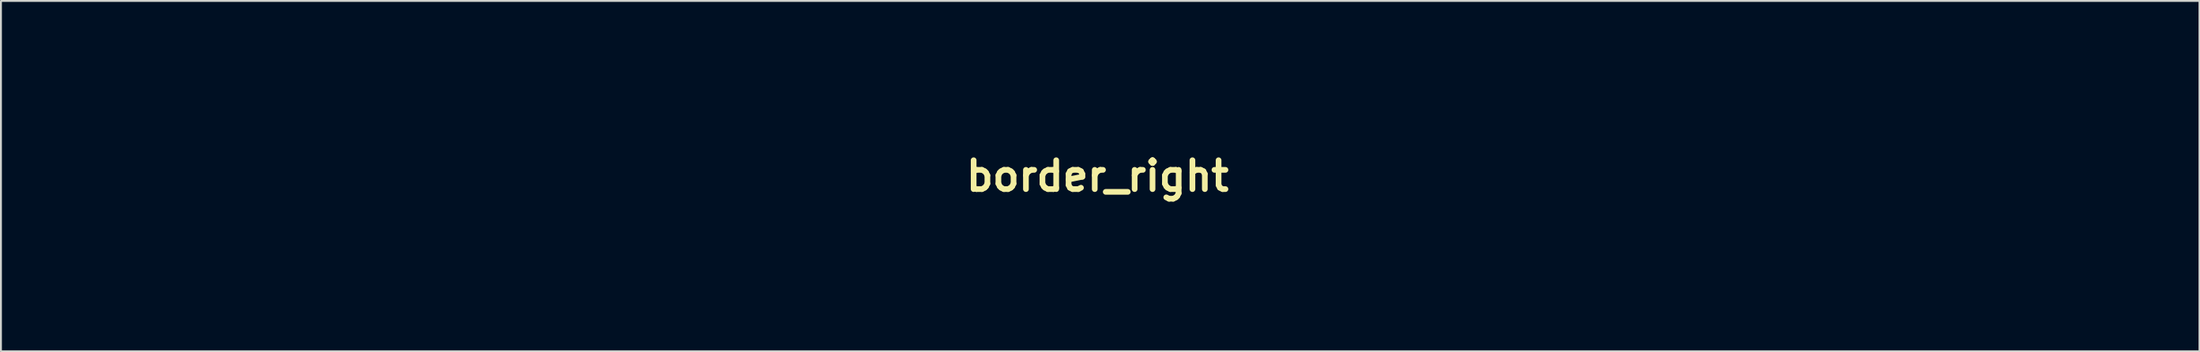
<source format=kicad_pcb>
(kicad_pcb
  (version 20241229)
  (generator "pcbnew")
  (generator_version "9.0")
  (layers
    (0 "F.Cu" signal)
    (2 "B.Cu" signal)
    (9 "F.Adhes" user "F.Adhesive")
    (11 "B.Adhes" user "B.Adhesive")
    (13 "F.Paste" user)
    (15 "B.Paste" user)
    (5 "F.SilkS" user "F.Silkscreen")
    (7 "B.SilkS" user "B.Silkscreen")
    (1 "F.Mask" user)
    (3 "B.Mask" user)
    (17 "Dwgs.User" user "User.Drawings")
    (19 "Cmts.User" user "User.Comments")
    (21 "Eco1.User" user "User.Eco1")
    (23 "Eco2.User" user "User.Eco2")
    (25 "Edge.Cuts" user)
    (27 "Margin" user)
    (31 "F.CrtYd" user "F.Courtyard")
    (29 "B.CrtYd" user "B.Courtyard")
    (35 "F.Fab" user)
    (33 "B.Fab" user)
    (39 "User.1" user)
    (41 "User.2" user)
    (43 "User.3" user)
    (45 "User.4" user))
  (footprint "border_right"
    (layer "F.Cu")
    (at 54.831 6.243)
    (property "Reference" "border_right" (at 0 0 0) (layer "F.SilkS") (effects (font (size 1.524 1.524) (thickness 0.3))))
    (attr through_hole)
    (fp_poly (pts (xy -50.749 2.44) (xy -50.883 2.545) (xy -51.207 2.771) (xy -51.435 2.898) (xy -51.588 2.976) (xy -51.588 -2.876) (xy -51.493 -2.918) (xy -51.419 -2.94) (xy -51.31 -2.956) (xy -51.16 -2.966) (xy -51.073 -2.97) (xy -50.749 -2.98) (xy -50.749 2.44)) (stroke (width 0.01) (type solid)) (fill yes) (layer "F.Mask"))
    (fp_poly (pts (xy -49.147 -1.602) (xy -49.804 -1.602) (xy -49.982 -1.602) (xy -50.142 -1.603) (xy -50.278 -1.605) (xy -50.382 -1.607) (xy -50.449 -1.61) (xy -50.472 -1.612) (xy -50.475 -1.64) (xy -50.477 -1.71) (xy -50.477 -1.813) (xy -50.476 -1.942) (xy -50.475 -2.045) (xy -50.467 -2.466) (xy -49.147 -2.466) (xy -49.147 -1.602)) (stroke (width 0.01) (type solid)) (fill yes) (layer "F.Mask"))
    (fp_poly (pts (xy -53.171 -1.385) (xy -53.131 -1.377) (xy -53.05 -1.37) (xy -52.938 -1.362) (xy -52.806 -1.356) (xy -52.74 -1.354) (xy -52.354 -1.341) (xy -52.352 -0.683) (xy -52.352 -0.473) (xy -52.353 -0.309) (xy -52.356 -0.186) (xy -52.361 -0.1) (xy -52.367 -0.046) (xy -52.376 -0.019) (xy -52.382 -0.014) (xy -52.418 -0.01) (xy -52.495 -0.005) (xy -52.603 -0.000349) (xy -52.734 0.004) (xy -52.815 0.006) (xy -53.215 0.015) (xy -53.215 -0.694) (xy -53.215 -0.903) (xy -53.215 -1.066) (xy -53.213 -1.188) (xy -53.21 -1.276) (xy -53.205 -1.335) (xy -53.199 -1.369) (xy -53.19 -1.385) (xy -53.179 -1.387) (xy -53.171 -1.385)) (stroke (width 0.01) (type solid)) (fill yes) (layer "F.Mask"))
    (fp_poly (pts (xy -46.133 -1.342) (xy -45.614 -1.335) (xy -45.812 -1.068) (xy -46.142 -0.665) (xy -46.506 -0.298) (xy -46.901 0.03) (xy -47.323 0.318) (xy -47.771 0.563) (xy -48.24 0.765) (xy -48.73 0.92) (xy -48.779 0.933) (xy -48.971 0.979) (xy -49.143 1.015) (xy -49.31 1.041) (xy -49.484 1.06) (xy -49.679 1.074) (xy -49.91 1.083) (xy -49.955 1.085) (xy -50.469 1.101) (xy -50.469 0.254) (xy -50.205 0.254) (xy -49.705 0.231) (xy -49.223 0.16) (xy -48.762 0.044) (xy -48.321 -0.12) (xy -47.901 -0.329) (xy -47.503 -0.584) (xy -47.128 -0.884) (xy -46.915 -1.085) (xy -46.652 -1.349) (xy -46.133 -1.342)) (stroke (width 0.01) (type solid)) (fill yes) (layer "F.Mask"))
    (fp_poly (pts (xy -48.029 -1.85) (xy -48.029 -1.612) (xy -48.03 -1.387) (xy -48.032 -1.18) (xy -48.034 -0.997) (xy -48.037 -0.845) (xy -48.04 -0.728) (xy -48.043 -0.652) (xy -48.045 -0.628) (xy -48.056 -0.579) (xy -48.077 -0.542) (xy -48.117 -0.508) (xy -48.187 -0.468) (xy -48.255 -0.434) (xy -48.353 -0.387) (xy -48.47 -0.337) (xy -48.593 -0.288) (xy -48.713 -0.243) (xy -48.817 -0.207) (xy -48.895 -0.184) (xy -48.931 -0.178) (xy -48.95 -0.19) (xy -48.95 -0.234) (xy -48.942 -0.273) (xy -48.931 -0.337) (xy -48.921 -0.419) (xy -48.912 -0.526) (xy -48.905 -0.659) (xy -48.899 -0.824) (xy -48.894 -1.024) (xy -48.89 -1.262) (xy -48.887 -1.544) (xy -48.885 -1.871) (xy -48.884 -1.907) (xy -48.878 -2.962) (xy -48.029 -2.976) (xy -48.029 -1.85)) (stroke (width 0.01) (type solid)) (fill yes) (layer "F.Mask"))
    (fp_poly (pts (xy -48.474 1.156) (xy -48.501 1.219) (xy -48.546 1.311) (xy -48.604 1.424) (xy -48.671 1.551) (xy -48.743 1.684) (xy -48.816 1.816) (xy -48.887 1.939) (xy -48.95 2.045) (xy -48.999 2.123) (xy -49.276 2.503) (xy -49.584 2.857) (xy -49.918 3.182) (xy -50.272 3.473) (xy -50.641 3.724) (xy -51.019 3.931) (xy -51.173 4.001) (xy -51.328 4.063) (xy -51.495 4.124) (xy -51.661 4.178) (xy -51.813 4.223) (xy -51.937 4.253) (xy -51.976 4.259) (xy -52.097 4.277) (xy -52.096 3.848) (xy -52.096 3.42) (xy -51.861 3.348) (xy -51.495 3.21) (xy -51.136 3.024) (xy -50.79 2.795) (xy -50.461 2.526) (xy -50.152 2.219) (xy -49.868 1.878) (xy -49.618 1.515) (xy -49.502 1.329) (xy -49.23 1.287) (xy -49.082 1.261) (xy -48.92 1.229) (xy -48.77 1.196) (xy -48.716 1.183) (xy -48.613 1.157) (xy -48.53 1.139) (xy -48.479 1.129) (xy -48.467 1.129) (xy -48.474 1.156)) (stroke (width 0.01) (type solid)) (fill yes) (layer "F.Mask"))
    (fp_poly (pts (xy -51.842 1.093) (xy -52.357 1.094) (xy -52.598 1.096) (xy -52.795 1.104) (xy -52.956 1.119) (xy -53.088 1.14) (xy -53.198 1.17) (xy -53.293 1.209) (xy -53.31 1.217) (xy -53.476 1.322) (xy -53.632 1.457) (xy -53.759 1.606) (xy -53.777 1.634) (xy -53.892 1.855) (xy -53.959 2.084) (xy -53.979 2.317) (xy -53.952 2.547) (xy -53.88 2.768) (xy -53.763 2.975) (xy -53.621 3.141) (xy -53.47 3.291) (xy -53.47 3.756) (xy -53.471 3.911) (xy -53.474 4.042) (xy -53.48 4.142) (xy -53.486 4.204) (xy -53.493 4.221) (xy -53.525 4.21) (xy -53.59 4.18) (xy -53.677 4.138) (xy -53.716 4.118) (xy -53.983 3.953) (xy -54.221 3.748) (xy -54.428 3.509) (xy -54.597 3.242) (xy -54.724 2.952) (xy -54.771 2.801) (xy -54.805 2.616) (xy -54.822 2.403) (xy -54.821 2.181) (xy -54.803 1.969) (xy -54.771 1.803) (xy -54.664 1.493) (xy -54.516 1.21) (xy -54.33 0.958) (xy -54.109 0.738) (xy -53.856 0.554) (xy -53.575 0.41) (xy -53.269 0.308) (xy -53.192 0.291) (xy -53.096 0.276) (xy -52.961 0.266) (xy -52.783 0.259) (xy -52.559 0.255) (xy -52.434 0.255) (xy -51.842 0.254) (xy -51.842 1.093)) (stroke (width 0.01) (type solid)) (fill yes) (layer "F.Mask"))
    (fp_poly (pts (xy -46.943 -4.09) (xy -46.716 -4.09) (xy -46.523 -4.089) (xy -46.362 -4.087) (xy -46.231 -4.085) (xy -46.126 -4.083) (xy -46.044 -4.08) (xy -45.985 -4.076) (xy -45.943 -4.072) (xy -45.918 -4.067) (xy -45.906 -4.062) (xy -45.904 -4.059) (xy -45.9 -4.017) (xy -45.903 -3.937) (xy -45.912 -3.829) (xy -45.925 -3.705) (xy -45.941 -3.577) (xy -45.959 -3.455) (xy -45.973 -3.376) (xy -46.001 -3.23) (xy -48.725 -3.223) (xy -51.448 -3.216) (xy -51.585 -3.158) (xy -51.81 -3.037) (xy -52.009 -2.875) (xy -52.048 -2.836) (xy -52.158 -2.721) (xy -52.566 -2.723) (xy -52.708 -2.725) (xy -52.834 -2.728) (xy -52.935 -2.732) (xy -53 -2.736) (xy -53.018 -2.738) (xy -53.05 -2.756) (xy -53.059 -2.79) (xy -53.044 -2.848) (xy -53.003 -2.937) (xy -52.942 -3.049) (xy -52.768 -3.308) (xy -52.554 -3.536) (xy -52.305 -3.73) (xy -52.024 -3.889) (xy -51.713 -4.01) (xy -51.665 -4.024) (xy -51.634 -4.033) (xy -51.604 -4.04) (xy -51.571 -4.047) (xy -51.532 -4.053) (xy -51.484 -4.058) (xy -51.424 -4.063) (xy -51.35 -4.067) (xy -51.258 -4.07) (xy -51.145 -4.073) (xy -51.008 -4.076) (xy -50.844 -4.078) (xy -50.651 -4.08) (xy -50.425 -4.081) (xy -50.162 -4.082) (xy -49.861 -4.084) (xy -49.519 -4.085) (xy -49.131 -4.086) (xy -48.696 -4.087) (xy -48.254 -4.089) (xy -47.861 -4.09) (xy -47.513 -4.09) (xy -47.208 -4.091) (xy -46.943 -4.09)) (stroke (width 0.01) (type solid)) (fill yes) (layer "F.Mask"))
    (fp_poly (pts (xy -46.516 -6.222) (xy -46.37 -6.196) (xy -46.058 -6.094) (xy -45.772 -5.95) (xy -45.516 -5.766) (xy -45.292 -5.543) (xy -45.102 -5.283) (xy -44.979 -5.057) (xy -44.908 -4.895) (xy -44.857 -4.749) (xy -44.823 -4.603) (xy -44.803 -4.446) (xy -44.794 -4.262) (xy -44.793 -4.106) (xy -44.817 -3.636) (xy -44.883 -3.186) (xy -44.934 -2.959) (xy -44.99 -2.733) (xy -45.44 -2.726) (xy -45.891 -2.719) (xy -45.841 -2.863) (xy -45.786 -3.047) (xy -45.738 -3.257) (xy -45.698 -3.481) (xy -45.668 -3.709) (xy -45.647 -3.931) (xy -45.639 -4.135) (xy -45.643 -4.312) (xy -45.661 -4.445) (xy -45.735 -4.673) (xy -45.852 -4.879) (xy -46.009 -5.059) (xy -46.199 -5.207) (xy -46.419 -5.319) (xy -46.478 -5.34) (xy -46.569 -5.367) (xy -46.653 -5.383) (xy -46.748 -5.388) (xy -46.874 -5.385) (xy -46.891 -5.384) (xy -47.014 -5.377) (xy -47.104 -5.365) (xy -47.183 -5.343) (xy -47.27 -5.307) (xy -47.353 -5.267) (xy -47.566 -5.135) (xy -47.742 -4.97) (xy -47.878 -4.774) (xy -47.972 -4.55) (xy -47.988 -4.494) (xy -48.022 -4.36) (xy -48.868 -4.347) (xy -48.868 -4.419) (xy -48.859 -4.504) (xy -48.834 -4.621) (xy -48.798 -4.754) (xy -48.755 -4.889) (xy -48.71 -5.009) (xy -48.691 -5.051) (xy -48.536 -5.325) (xy -48.341 -5.571) (xy -48.112 -5.787) (xy -47.854 -5.966) (xy -47.572 -6.104) (xy -47.341 -6.181) (xy -47.154 -6.217) (xy -46.941 -6.236) (xy -46.722 -6.238) (xy -46.516 -6.222)) (stroke (width 0.01) (type solid)) (fill yes) (layer "F.Mask"))
    (fp_poly (pts (xy -30.392 -2.629) (xy -30.258 -2.587) (xy -30.097 -2.533) (xy -29.93 -2.474) (xy -29.775 -2.417) (xy -29.773 -2.416) (xy -29.648 -2.369) (xy -29.537 -2.328) (xy -29.451 -2.295) (xy -29.4 -2.276) (xy -29.392 -2.273) (xy -29.375 -2.264) (xy -29.375 -2.253) (xy -29.396 -2.238) (xy -29.444 -2.217) (xy -29.522 -2.187) (xy -29.637 -2.147) (xy -29.793 -2.095) (xy -29.891 -2.062) (xy -30.471 -1.89) (xy -31.054 -1.761) (xy -31.653 -1.671) (xy -32.125 -1.628) (xy -32.191 -1.626) (xy -32.308 -1.623) (xy -32.474 -1.621) (xy -32.688 -1.618) (xy -32.95 -1.616) (xy -33.259 -1.614) (xy -33.615 -1.612) (xy -34.016 -1.611) (xy -34.461 -1.609) (xy -34.951 -1.608) (xy -35.484 -1.606) (xy -36.059 -1.605) (xy -36.676 -1.604) (xy -37.334 -1.604) (xy -38.032 -1.603) (xy -38.769 -1.603) (xy -39.545 -1.602) (xy -40.14 -1.602) (xy -47.774 -1.602) (xy -47.774 -2.466) (xy -40.001 -2.466) (xy -39.161 -2.466) (xy -38.365 -2.467) (xy -37.614 -2.467) (xy -36.907 -2.468) (xy -36.245 -2.468) (xy -35.629 -2.469) (xy -35.059 -2.47) (xy -34.535 -2.472) (xy -34.058 -2.473) (xy -33.628 -2.475) (xy -33.245 -2.477) (xy -32.911 -2.478) (xy -32.625 -2.481) (xy -32.389 -2.483) (xy -32.201 -2.485) (xy -32.063 -2.488) (xy -31.976 -2.49) (xy -31.947 -2.492) (xy -31.714 -2.518) (xy -31.456 -2.555) (xy -31.195 -2.6) (xy -30.953 -2.647) (xy -30.866 -2.667) (xy -30.667 -2.713) (xy -30.392 -2.629)) (stroke (width 0.01) (type solid)) (fill yes) (layer "F.Mask"))
    (fp_poly (pts (xy -52.364 1.36) (xy -52.351 3.267) (xy -52.348 3.626) (xy -52.346 3.938) (xy -52.344 4.205) (xy -52.341 4.433) (xy -52.339 4.623) (xy -52.336 4.779) (xy -52.333 4.906) (xy -52.329 5.006) (xy -52.325 5.083) (xy -52.32 5.14) (xy -52.314 5.18) (xy -52.308 5.208) (xy -52.3 5.227) (xy -52.295 5.235) (xy -52.199 5.33) (xy -52.078 5.381) (xy -51.995 5.39) (xy -51.854 5.368) (xy -51.736 5.303) (xy -51.647 5.2) (xy -51.646 5.197) (xy -51.622 5.151) (xy -51.606 5.102) (xy -51.596 5.041) (xy -51.591 4.955) (xy -51.589 4.834) (xy -51.589 4.764) (xy -51.588 4.43) (xy -51.354 4.349) (xy -51.227 4.301) (xy -51.093 4.246) (xy -50.976 4.194) (xy -50.948 4.18) (xy -50.863 4.139) (xy -50.796 4.108) (xy -50.759 4.094) (xy -50.756 4.093) (xy -50.751 4.118) (xy -50.748 4.186) (xy -50.746 4.291) (xy -50.746 4.426) (xy -50.748 4.583) (xy -50.751 4.697) (xy -50.756 4.905) (xy -50.762 5.07) (xy -50.771 5.2) (xy -50.784 5.303) (xy -50.801 5.387) (xy -50.826 5.461) (xy -50.858 5.533) (xy -50.9 5.609) (xy -50.918 5.64) (xy -51.059 5.832) (xy -51.237 5.995) (xy -51.443 6.123) (xy -51.582 6.181) (xy -51.711 6.214) (xy -51.863 6.236) (xy -52.017 6.245) (xy -52.154 6.239) (xy -52.211 6.23) (xy -52.454 6.152) (xy -52.67 6.034) (xy -52.857 5.881) (xy -53.009 5.696) (xy -53.122 5.483) (xy -53.187 5.268) (xy -53.194 5.213) (xy -53.199 5.111) (xy -53.204 4.962) (xy -53.208 4.765) (xy -53.211 4.52) (xy -53.213 4.227) (xy -53.215 3.884) (xy -53.215 3.491) (xy -53.215 3.295) (xy -53.215 1.457) (xy -53.155 1.43) (xy -53.044 1.394) (xy -52.899 1.368) (xy -52.735 1.353) (xy -52.58 1.352) (xy -52.364 1.36)) (stroke (width 0.01) (type solid)) (fill yes) (layer "F.Mask"))
    (fp_poly (pts (xy -52.671 -5.69) (xy -52.521 -5.682) (xy -52.403 -5.669) (xy -52.301 -5.649) (xy -52.195 -5.618) (xy -52.142 -5.601) (xy -51.852 -5.475) (xy -51.584 -5.309) (xy -51.346 -5.107) (xy -51.141 -4.875) (xy -50.976 -4.617) (xy -50.916 -4.494) (xy -50.855 -4.355) (xy -51.166 -4.34) (xy -51.302 -4.331) (xy -51.435 -4.319) (xy -51.547 -4.306) (xy -51.614 -4.294) (xy -51.694 -4.279) (xy -51.739 -4.278) (xy -51.767 -4.294) (xy -51.789 -4.325) (xy -51.853 -4.408) (xy -51.946 -4.503) (xy -52.052 -4.596) (xy -52.156 -4.675) (xy -52.213 -4.709) (xy -52.435 -4.801) (xy -52.662 -4.846) (xy -52.888 -4.847) (xy -53.107 -4.806) (xy -53.315 -4.726) (xy -53.505 -4.609) (xy -53.67 -4.458) (xy -53.807 -4.276) (xy -53.908 -4.066) (xy -53.953 -3.912) (xy -53.973 -3.749) (xy -53.971 -3.566) (xy -53.948 -3.384) (xy -53.905 -3.226) (xy -53.903 -3.222) (xy -53.801 -3.023) (xy -53.658 -2.841) (xy -53.483 -2.686) (xy -53.286 -2.567) (xy -53.222 -2.539) (xy -53.171 -2.52) (xy -53.121 -2.506) (xy -53.062 -2.494) (xy -52.988 -2.486) (xy -52.89 -2.48) (xy -52.762 -2.475) (xy -52.595 -2.47) (xy -52.465 -2.467) (xy -51.855 -2.454) (xy -51.841 -1.602) (xy -52.382 -1.605) (xy -52.555 -1.607) (xy -52.722 -1.611) (xy -52.871 -1.616) (xy -52.994 -1.623) (xy -53.077 -1.63) (xy -53.087 -1.632) (xy -53.391 -1.7) (xy -53.677 -1.813) (xy -53.942 -1.969) (xy -54.181 -2.161) (xy -54.389 -2.388) (xy -54.563 -2.644) (xy -54.699 -2.926) (xy -54.769 -3.142) (xy -54.804 -3.319) (xy -54.823 -3.524) (xy -54.826 -3.737) (xy -54.814 -3.94) (xy -54.785 -4.116) (xy -54.781 -4.132) (xy -54.678 -4.433) (xy -54.533 -4.713) (xy -54.35 -4.968) (xy -54.132 -5.192) (xy -53.885 -5.38) (xy -53.613 -5.528) (xy -53.523 -5.566) (xy -53.334 -5.629) (xy -53.149 -5.67) (xy -52.953 -5.69) (xy -52.728 -5.692) (xy -52.671 -5.69)) (stroke (width 0.01) (type solid)) (fill yes) (layer "F.Mask"))
    (fp_poly (pts (xy -38.651 -4.093) (xy -38.036 -4.093) (xy -37.442 -4.093) (xy -36.869 -4.092) (xy -36.32 -4.091) (xy -35.798 -4.09) (xy -35.303 -4.089) (xy -34.838 -4.088) (xy -34.405 -4.086) (xy -34.006 -4.085) (xy -33.643 -4.083) (xy -33.318 -4.081) (xy -33.033 -4.079) (xy -32.789 -4.077) (xy -32.589 -4.074) (xy -32.435 -4.072) (xy -32.329 -4.07) (xy -32.29 -4.068) (xy -31.969 -4.048) (xy -31.68 -4.023) (xy -31.407 -3.988) (xy -31.13 -3.943) (xy -30.848 -3.888) (xy -30.683 -3.852) (xy -30.526 -3.815) (xy -30.37 -3.775) (xy -30.209 -3.729) (xy -30.037 -3.676) (xy -29.847 -3.613) (xy -29.634 -3.539) (xy -29.391 -3.452) (xy -29.113 -3.35) (xy -28.854 -3.253) (xy -28.527 -3.132) (xy -28.24 -3.027) (xy -27.988 -2.937) (xy -27.763 -2.861) (xy -27.56 -2.796) (xy -27.371 -2.74) (xy -27.19 -2.692) (xy -27.011 -2.649) (xy -26.827 -2.611) (xy -26.632 -2.573) (xy -26.419 -2.536) (xy -26.417 -2.536) (xy -26.099 -2.482) (xy -18.408 -2.473) (xy -17.595 -2.472) (xy -16.832 -2.471) (xy -16.117 -2.47) (xy -15.451 -2.47) (xy -14.83 -2.47) (xy -14.256 -2.47) (xy -13.726 -2.47) (xy -13.239 -2.47) (xy -12.794 -2.471) (xy -12.391 -2.472) (xy -12.028 -2.473) (xy -11.705 -2.474) (xy -11.419 -2.476) (xy -11.171 -2.477) (xy -10.958 -2.479) (xy -10.78 -2.481) (xy -10.637 -2.484) (xy -10.526 -2.486) (xy -10.446 -2.489) (xy -10.399 -2.492) (xy -10.11 -2.524) (xy -9.805 -2.569) (xy -9.508 -2.622) (xy -9.296 -2.668) (xy -9.095 -2.715) (xy -8.851 -2.639) (xy -8.745 -2.605) (xy -8.618 -2.562) (xy -8.477 -2.513) (xy -8.331 -2.461) (xy -8.189 -2.409) (xy -8.059 -2.36) (xy -7.95 -2.318) (xy -7.869 -2.285) (xy -7.827 -2.265) (xy -7.823 -2.263) (xy -7.837 -2.247) (xy -7.889 -2.219) (xy -7.972 -2.183) (xy -8.052 -2.153) (xy -8.602 -1.97) (xy -9.153 -1.827) (xy -9.718 -1.721) (xy -10.306 -1.65) (xy -10.595 -1.628) (xy -10.657 -1.625) (xy -10.767 -1.623) (xy -10.922 -1.621) (xy -11.121 -1.619) (xy -11.36 -1.617) (xy -11.637 -1.616) (xy -11.951 -1.614) (xy -12.297 -1.613) (xy -12.674 -1.612) (xy -13.079 -1.61) (xy -13.51 -1.609) (xy -13.964 -1.609) (xy -14.439 -1.608) (xy -14.932 -1.607) (xy -15.44 -1.606) (xy -15.961 -1.606) (xy -16.493 -1.606) (xy -17.033 -1.605) (xy -17.579 -1.605) (xy -18.128 -1.605) (xy -18.677 -1.606) (xy -19.224 -1.606) (xy -19.766 -1.606) (xy -20.302 -1.607) (xy -20.828 -1.607) (xy -21.342 -1.608) (xy -21.841 -1.609) (xy -22.323 -1.61) (xy -22.786 -1.611) (xy -23.226 -1.612) (xy -23.642 -1.613) (xy -24.031 -1.615) (xy -24.39 -1.616) (xy -24.717 -1.618) (xy -25.01 -1.619) (xy -25.265 -1.621) (xy -25.48 -1.623) (xy -25.653 -1.625) (xy -25.782 -1.627) (xy -25.863 -1.629) (xy -25.883 -1.63) (xy -26.468 -1.691) (xy -27.064 -1.792) (xy -27.657 -1.933) (xy -27.762 -1.963) (xy -27.843 -1.988) (xy -27.965 -2.029) (xy -28.122 -2.083) (xy -28.307 -2.148) (xy -28.514 -2.222) (xy -28.737 -2.303) (xy -28.97 -2.389) (xy -29.123 -2.445) (xy -29.362 -2.533) (xy -29.6 -2.62) (xy -29.829 -2.701) (xy -30.043 -2.776) (xy -30.234 -2.841) (xy -30.396 -2.894) (xy -30.522 -2.934) (xy -30.575 -2.949) (xy -30.877 -3.023) (xy -31.206 -3.09) (xy -31.54 -3.147) (xy -31.858 -3.189) (xy -31.985 -3.202) (xy -32.048 -3.206) (xy -32.162 -3.209) (xy -32.325 -3.212) (xy -32.539 -3.214) (xy -32.803 -3.217) (xy -33.117 -3.219) (xy -33.479 -3.221) (xy -33.891 -3.223) (xy -34.352 -3.224) (xy -34.861 -3.226) (xy -35.419 -3.227) (xy -36.025 -3.228) (xy -36.678 -3.228) (xy -37.379 -3.229) (xy -38.128 -3.229) (xy -38.437 -3.229) (xy -39.12 -3.229) (xy -39.755 -3.229) (xy -40.342 -3.229) (xy -40.882 -3.23) (xy -41.379 -3.23) (xy -41.832 -3.231) (xy -42.244 -3.232) (xy -42.617 -3.233) (xy -42.952 -3.234) (xy -43.25 -3.235) (xy -43.514 -3.236) (xy -43.745 -3.238) (xy -43.944 -3.24) (xy -44.113 -3.242) (xy -44.254 -3.244) (xy -44.368 -3.246) (xy -44.457 -3.249) (xy -44.523 -3.252) (xy -44.567 -3.255) (xy -44.591 -3.258) (xy -44.596 -3.261) (xy -44.594 -3.298) (xy -44.587 -3.374) (xy -44.578 -3.476) (xy -44.569 -3.56) (xy -44.556 -3.688) (xy -44.544 -3.814) (xy -44.533 -3.918) (xy -44.529 -3.96) (xy -44.516 -4.093) (xy -38.651 -4.093)) (stroke (width 0.01) (type solid)) (fill yes) (layer "F.Mask"))
    (fp_poly (pts (xy -14.262 -4.09) (xy -13.805 -4.09) (xy -13.383 -4.089) (xy -12.997 -4.088) (xy -12.643 -4.087) (xy -12.32 -4.085) (xy -12.027 -4.083) (xy -11.761 -4.081) (xy -11.52 -4.078) (xy -11.303 -4.075) (xy -11.108 -4.071) (xy -10.934 -4.067) (xy -10.777 -4.063) (xy -10.638 -4.058) (xy -10.513 -4.052) (xy -10.401 -4.046) (xy -10.3 -4.04) (xy -10.209 -4.033) (xy -10.125 -4.025) (xy -10.047 -4.017) (xy -9.973 -4.008) (xy -9.901 -3.998) (xy -9.859 -3.993) (xy -9.639 -3.959) (xy -9.431 -3.922) (xy -9.227 -3.881) (xy -9.023 -3.833) (xy -8.811 -3.776) (xy -8.585 -3.709) (xy -8.34 -3.63) (xy -8.068 -3.538) (xy -7.764 -3.429) (xy -7.42 -3.303) (xy -7.323 -3.267) (xy -7.102 -3.185) (xy -6.889 -3.106) (xy -6.689 -3.033) (xy -6.509 -2.967) (xy -6.356 -2.911) (xy -6.236 -2.868) (xy -6.155 -2.84) (xy -6.14 -2.835) (xy -5.83 -2.744) (xy -5.486 -2.66) (xy -5.125 -2.588) (xy -4.763 -2.531) (xy -4.417 -2.492) (xy -4.409 -2.492) (xy -4.355 -2.489) (xy -4.267 -2.486) (xy -4.142 -2.483) (xy -3.981 -2.481) (xy -3.783 -2.479) (xy -3.546 -2.477) (xy -3.271 -2.475) (xy -2.955 -2.474) (xy -2.598 -2.473) (xy -2.199 -2.472) (xy -1.757 -2.471) (xy -1.271 -2.47) (xy -0.741 -2.47) (xy -0.166 -2.47) (xy 0.456 -2.47) (xy 1.125 -2.47) (xy 1.843 -2.47) (xy 2.609 -2.471) (xy 3.394 -2.472) (xy 10.869 -2.48) (xy 11.213 -2.537) (xy 11.371 -2.564) (xy 11.541 -2.596) (xy 11.702 -2.628) (xy 11.822 -2.654) (xy 12.087 -2.714) (xy 12.33 -2.639) (xy 12.44 -2.603) (xy 12.582 -2.555) (xy 12.742 -2.498) (xy 12.906 -2.44) (xy 12.989 -2.409) (xy 13.405 -2.255) (xy 13.319 -2.22) (xy 13.197 -2.172) (xy 13.037 -2.117) (xy 12.852 -2.057) (xy 12.653 -1.996) (xy 12.452 -1.938) (xy 12.261 -1.886) (xy 12.095 -1.845) (xy 11.633 -1.749) (xy 11.18 -1.681) (xy 10.711 -1.635) (xy 10.602 -1.628) (xy 10.539 -1.626) (xy 10.428 -1.624) (xy 10.271 -1.622) (xy 10.071 -1.62) (xy 9.831 -1.618) (xy 9.552 -1.616) (xy 9.239 -1.615) (xy 8.892 -1.613) (xy 8.515 -1.612) (xy 8.11 -1.611) (xy 7.68 -1.61) (xy 7.227 -1.609) (xy 6.754 -1.608) (xy 6.264 -1.607) (xy 5.758 -1.606) (xy 5.24 -1.606) (xy 4.712 -1.606) (xy 4.177 -1.605) (xy 3.637 -1.605) (xy 3.094 -1.605) (xy 2.552 -1.606) (xy 2.012 -1.606) (xy 1.478 -1.606) (xy 0.952 -1.607) (xy 0.436 -1.607) (xy -0.067 -1.608) (xy -0.554 -1.609) (xy -1.024 -1.61) (xy -1.472 -1.611) (xy -1.898 -1.612) (xy -2.298 -1.613) (xy -2.669 -1.615) (xy -3.01 -1.616) (xy -3.317 -1.618) (xy -3.589 -1.62) (xy -3.822 -1.622) (xy -4.014 -1.624) (xy -4.162 -1.626) (xy -4.265 -1.628) (xy -4.314 -1.63) (xy -4.751 -1.672) (xy -5.203 -1.739) (xy -5.655 -1.828) (xy -6.087 -1.935) (xy -6.353 -2.013) (xy -6.453 -2.047) (xy -6.592 -2.095) (xy -6.763 -2.155) (xy -6.957 -2.226) (xy -7.168 -2.302) (xy -7.386 -2.383) (xy -7.577 -2.453) (xy -7.79 -2.533) (xy -7.996 -2.609) (xy -8.189 -2.68) (xy -8.362 -2.742) (xy -8.508 -2.795) (xy -8.619 -2.834) (xy -8.689 -2.857) (xy -9.066 -2.964) (xy -9.472 -3.057) (xy -9.888 -3.134) (xy -10.291 -3.189) (xy -10.424 -3.202) (xy -10.479 -3.205) (xy -10.582 -3.208) (xy -10.731 -3.21) (xy -10.923 -3.212) (xy -11.157 -3.214) (xy -11.428 -3.216) (xy -11.736 -3.218) (xy -12.078 -3.22) (xy -12.45 -3.221) (xy -12.851 -3.223) (xy -13.278 -3.224) (xy -13.728 -3.225) (xy -14.2 -3.226) (xy -14.691 -3.227) (xy -15.197 -3.228) (xy -15.718 -3.229) (xy -16.25 -3.229) (xy -16.79 -3.229) (xy -17.337 -3.23) (xy -17.887 -3.23) (xy -18.439 -3.23) (xy -18.99 -3.23) (xy -19.538 -3.229) (xy -20.079 -3.229) (xy -20.612 -3.229) (xy -21.133 -3.228) (xy -21.641 -3.227) (xy -22.134 -3.226) (xy -22.608 -3.225) (xy -23.06 -3.224) (xy -23.49 -3.223) (xy -23.894 -3.221) (xy -24.269 -3.22) (xy -24.614 -3.218) (xy -24.925 -3.216) (xy -25.201 -3.214) (xy -25.438 -3.212) (xy -25.635 -3.21) (xy -25.788 -3.208) (xy -25.896 -3.205) (xy -25.956 -3.203) (xy -25.959 -3.202) (xy -26.243 -3.171) (xy -26.549 -3.126) (xy -26.852 -3.073) (xy -27.062 -3.029) (xy -27.17 -3.006) (xy -27.245 -2.994) (xy -27.305 -2.993) (xy -27.367 -3.004) (xy -27.448 -3.025) (xy -27.455 -3.027) (xy -27.539 -3.053) (xy -27.651 -3.089) (xy -27.782 -3.134) (xy -27.924 -3.184) (xy -28.07 -3.236) (xy -28.211 -3.288) (xy -28.34 -3.336) (xy -28.448 -3.378) (xy -28.528 -3.411) (xy -28.572 -3.431) (xy -28.578 -3.436) (xy -28.555 -3.452) (xy -28.491 -3.48) (xy -28.395 -3.517) (xy -28.274 -3.56) (xy -28.136 -3.607) (xy -27.989 -3.655) (xy -27.842 -3.701) (xy -27.701 -3.743) (xy -27.663 -3.753) (xy -27.296 -3.846) (xy -26.906 -3.928) (xy -26.516 -3.996) (xy -26.239 -4.034) (xy -26.2 -4.039) (xy -26.156 -4.043) (xy -26.107 -4.047) (xy -26.051 -4.05) (xy -25.985 -4.053) (xy -25.908 -4.057) (xy -25.818 -4.059) (xy -25.713 -4.062) (xy -25.592 -4.064) (xy -25.452 -4.067) (xy -25.292 -4.069) (xy -25.109 -4.071) (xy -24.903 -4.072) (xy -24.671 -4.074) (xy -24.412 -4.075) (xy -24.123 -4.077) (xy -23.803 -4.078) (xy -23.45 -4.079) (xy -23.062 -4.08) (xy -22.638 -4.081) (xy -22.175 -4.082) (xy -21.672 -4.083) (xy -21.126 -4.084) (xy -20.537 -4.085) (xy -19.902 -4.086) (xy -19.219 -4.087) (xy -18.637 -4.087) (xy -17.874 -4.088) (xy -17.16 -4.089) (xy -16.493 -4.09) (xy -15.872 -4.09) (xy -15.294 -4.09) (xy -14.758 -4.09) (xy -14.262 -4.09)) (stroke (width 0.01) (type solid)) (fill yes) (layer "F.Mask"))
    (fp_poly (pts (xy 0.98 -4.09) (xy 1.501 -4.09) (xy 2.03 -4.09) (xy 2.566 -4.089) (xy 3.105 -4.089) (xy 3.646 -4.088) (xy 4.187 -4.087) (xy 4.723 -4.086) (xy 5.254 -4.084) (xy 5.776 -4.083) (xy 6.287 -4.082) (xy 6.785 -4.08) (xy 7.267 -4.078) (xy 7.73 -4.076) (xy 8.172 -4.074) (xy 8.591 -4.072) (xy 8.983 -4.07) (xy 9.347 -4.068) (xy 9.681 -4.065) (xy 9.98 -4.063) (xy 10.244 -4.06) (xy 10.469 -4.057) (xy 10.653 -4.054) (xy 10.794 -4.052) (xy 10.888 -4.049) (xy 10.933 -4.046) (xy 11.225 -4.007) (xy 11.491 -3.967) (xy 11.738 -3.924) (xy 11.974 -3.876) (xy 12.207 -3.821) (xy 12.445 -3.756) (xy 12.695 -3.679) (xy 12.966 -3.59) (xy 13.265 -3.485) (xy 13.6 -3.362) (xy 13.724 -3.316) (xy 13.939 -3.236) (xy 14.154 -3.156) (xy 14.361 -3.08) (xy 14.551 -3.011) (xy 14.716 -2.951) (xy 14.847 -2.904) (xy 14.912 -2.882) (xy 15.368 -2.743) (xy 15.85 -2.628) (xy 16.339 -2.541) (xy 16.743 -2.492) (xy 16.799 -2.489) (xy 16.907 -2.487) (xy 17.064 -2.484) (xy 17.27 -2.482) (xy 17.526 -2.48) (xy 17.831 -2.478) (xy 18.183 -2.476) (xy 18.584 -2.474) (xy 19.031 -2.473) (xy 19.526 -2.471) (xy 20.067 -2.47) (xy 20.654 -2.469) (xy 21.286 -2.468) (xy 21.964 -2.467) (xy 22.687 -2.467) (xy 23.453 -2.467) (xy 24.264 -2.467) (xy 24.574 -2.467) (xy 25.323 -2.467) (xy 26.024 -2.467) (xy 26.677 -2.467) (xy 27.285 -2.467) (xy 27.85 -2.467) (xy 28.372 -2.467) (xy 28.854 -2.468) (xy 29.299 -2.468) (xy 29.706 -2.469) (xy 30.079 -2.47) (xy 30.42 -2.471) (xy 30.729 -2.473) (xy 31.009 -2.475) (xy 31.262 -2.477) (xy 31.488 -2.479) (xy 31.692 -2.482) (xy 31.873 -2.486) (xy 32.034 -2.49) (xy 32.176 -2.494) (xy 32.302 -2.499) (xy 32.413 -2.504) (xy 32.511 -2.511) (xy 32.598 -2.517) (xy 32.675 -2.524) (xy 32.745 -2.532) (xy 32.809 -2.541) (xy 32.869 -2.55) (xy 32.927 -2.56) (xy 32.984 -2.571) (xy 33.043 -2.583) (xy 33.105 -2.596) (xy 33.155 -2.606) (xy 33.284 -2.632) (xy 33.402 -2.657) (xy 33.495 -2.678) (xy 33.553 -2.692) (xy 33.553 -2.692) (xy 33.606 -2.701) (xy 33.672 -2.696) (xy 33.763 -2.676) (xy 33.871 -2.645) (xy 33.967 -2.615) (xy 34.09 -2.574) (xy 34.23 -2.526) (xy 34.379 -2.474) (xy 34.526 -2.421) (xy 34.663 -2.371) (xy 34.781 -2.327) (xy 34.871 -2.292) (xy 34.922 -2.269) (xy 34.925 -2.268) (xy 34.931 -2.252) (xy 34.9 -2.23) (xy 34.828 -2.198) (xy 34.715 -2.156) (xy 34.094 -1.956) (xy 33.475 -1.803) (xy 32.848 -1.695) (xy 32.203 -1.63) (xy 32.176 -1.628) (xy 32.115 -1.626) (xy 32.005 -1.624) (xy 31.85 -1.622) (xy 31.651 -1.62) (xy 31.412 -1.618) (xy 31.134 -1.616) (xy 30.821 -1.615) (xy 30.475 -1.613) (xy 30.097 -1.612) (xy 29.692 -1.611) (xy 29.261 -1.61) (xy 28.807 -1.609) (xy 28.332 -1.608) (xy 27.839 -1.607) (xy 27.33 -1.606) (xy 26.809 -1.606) (xy 26.276 -1.606) (xy 25.736 -1.605) (xy 25.19 -1.605) (xy 24.641 -1.605) (xy 24.091 -1.605) (xy 23.544 -1.605) (xy 23.001 -1.606) (xy 22.464 -1.606) (xy 21.938 -1.607) (xy 21.423 -1.608) (xy 20.923 -1.608) (xy 20.44 -1.609) (xy 19.977 -1.61) (xy 19.535 -1.611) (xy 19.118 -1.613) (xy 18.728 -1.614) (xy 18.368 -1.615) (xy 18.04 -1.617) (xy 17.747 -1.619) (xy 17.49 -1.621) (xy 17.274 -1.623) (xy 17.099 -1.625) (xy 16.969 -1.627) (xy 16.886 -1.629) (xy 16.865 -1.63) (xy 16.45 -1.67) (xy 16.017 -1.732) (xy 15.585 -1.814) (xy 15.171 -1.913) (xy 14.874 -1.998) (xy 14.783 -2.028) (xy 14.652 -2.073) (xy 14.488 -2.131) (xy 14.298 -2.199) (xy 14.091 -2.274) (xy 13.873 -2.354) (xy 13.652 -2.436) (xy 13.641 -2.44) (xy 13.42 -2.522) (xy 13.201 -2.603) (xy 12.993 -2.678) (xy 12.803 -2.746) (xy 12.637 -2.805) (xy 12.504 -2.85) (xy 12.411 -2.881) (xy 12.408 -2.882) (xy 11.994 -2.996) (xy 11.549 -3.091) (xy 11.088 -3.165) (xy 10.742 -3.203) (xy 10.688 -3.206) (xy 10.586 -3.208) (xy 10.438 -3.211) (xy 10.246 -3.213) (xy 10.014 -3.215) (xy 9.743 -3.217) (xy 9.436 -3.219) (xy 9.096 -3.22) (xy 8.726 -3.222) (xy 8.327 -3.223) (xy 7.902 -3.225) (xy 7.454 -3.226) (xy 6.985 -3.227) (xy 6.498 -3.227) (xy 5.995 -3.228) (xy 5.479 -3.229) (xy 4.952 -3.229) (xy 4.417 -3.23) (xy 3.876 -3.23) (xy 3.332 -3.23) (xy 2.787 -3.23) (xy 2.244 -3.23) (xy 1.705 -3.229) (xy 1.173 -3.229) (xy 0.65 -3.228) (xy 0.139 -3.227) (xy -0.357 -3.227) (xy -0.837 -3.226) (xy -1.298 -3.225) (xy -1.736 -3.223) (xy -2.151 -3.222) (xy -2.539 -3.22) (xy -2.897 -3.219) (xy -3.223 -3.217) (xy -3.515 -3.215) (xy -3.771 -3.213) (xy -3.986 -3.211) (xy -4.16 -3.209) (xy -4.29 -3.206) (xy -4.373 -3.204) (xy -4.399 -3.202) (xy -4.641 -3.176) (xy -4.904 -3.139) (xy -5.168 -3.095) (xy -5.41 -3.048) (xy -5.51 -3.025) (xy -5.719 -2.976) (xy -5.968 -3.053) (xy -6.053 -3.08) (xy -6.165 -3.117) (xy -6.296 -3.162) (xy -6.437 -3.211) (xy -6.58 -3.262) (xy -6.715 -3.31) (xy -6.835 -3.354) (xy -6.931 -3.39) (xy -6.994 -3.414) (xy -7.015 -3.424) (xy -7.019 -3.434) (xy -7.005 -3.447) (xy -6.966 -3.466) (xy -6.897 -3.493) (xy -6.792 -3.53) (xy -6.646 -3.58) (xy -6.594 -3.598) (xy -6.159 -3.736) (xy -5.742 -3.846) (xy -5.329 -3.933) (xy -4.908 -3.998) (xy -4.463 -4.044) (xy -4.043 -4.07) (xy -3.957 -4.073) (xy -3.826 -4.076) (xy -3.65 -4.078) (xy -3.433 -4.08) (xy -3.177 -4.082) (xy -2.884 -4.084) (xy -2.557 -4.085) (xy -2.199 -4.087) (xy -1.812 -4.088) (xy -1.398 -4.089) (xy -0.96 -4.089) (xy -0.501 -4.09) (xy -0.023 -4.09) (xy 0.472 -4.09) (xy 0.98 -4.09)) (stroke (width 0.01) (type solid)) (fill yes) (layer "F.Mask"))
    (fp_poly (pts (xy 22.366 -4.09) (xy 23.121 -4.089) (xy 23.925 -4.089) (xy 24.78 -4.088) (xy 24.98 -4.087) (xy 25.713 -4.087) (xy 26.397 -4.086) (xy 27.034 -4.085) (xy 27.625 -4.084) (xy 28.173 -4.084) (xy 28.68 -4.083) (xy 29.147 -4.082) (xy 29.576 -4.081) (xy 29.969 -4.079) (xy 30.328 -4.078) (xy 30.656 -4.076) (xy 30.952 -4.074) (xy 31.221 -4.071) (xy 31.463 -4.068) (xy 31.68 -4.065) (xy 31.874 -4.061) (xy 32.048 -4.057) (xy 32.202 -4.052) (xy 32.339 -4.046) (xy 32.461 -4.04) (xy 32.57 -4.033) (xy 32.667 -4.026) (xy 32.754 -4.017) (xy 32.833 -4.008) (xy 32.906 -3.998) (xy 32.976 -3.987) (xy 33.043 -3.975) (xy 33.109 -3.962) (xy 33.177 -3.948) (xy 33.249 -3.933) (xy 33.326 -3.917) (xy 33.407 -3.9) (xy 33.586 -3.863) (xy 33.758 -3.822) (xy 33.932 -3.777) (xy 34.112 -3.726) (xy 34.305 -3.666) (xy 34.517 -3.596) (xy 34.755 -3.513) (xy 35.024 -3.416) (xy 35.332 -3.302) (xy 35.492 -3.242) (xy 35.808 -3.125) (xy 36.083 -3.024) (xy 36.323 -2.939) (xy 36.534 -2.867) (xy 36.723 -2.806) (xy 36.895 -2.754) (xy 37.056 -2.71) (xy 37.213 -2.672) (xy 37.371 -2.637) (xy 37.455 -2.62) (xy 37.527 -2.606) (xy 37.592 -2.592) (xy 37.655 -2.58) (xy 37.715 -2.568) (xy 37.776 -2.557) (xy 37.838 -2.547) (xy 37.903 -2.538) (xy 37.974 -2.529) (xy 38.053 -2.521) (xy 38.14 -2.514) (xy 38.237 -2.508) (xy 38.347 -2.502) (xy 38.472 -2.496) (xy 38.612 -2.492) (xy 38.771 -2.487) (xy 38.949 -2.484) (xy 39.148 -2.481) (xy 39.371 -2.478) (xy 39.618 -2.475) (xy 39.893 -2.473) (xy 40.196 -2.472) (xy 40.529 -2.47) (xy 40.895 -2.469) (xy 41.294 -2.468) (xy 41.729 -2.468) (xy 42.202 -2.467) (xy 42.714 -2.467) (xy 43.267 -2.467) (xy 43.863 -2.467) (xy 44.504 -2.467) (xy 45.191 -2.467) (xy 45.926 -2.467) (xy 46.274 -2.467) (xy 47.016 -2.467) (xy 47.709 -2.467) (xy 48.355 -2.467) (xy 48.955 -2.467) (xy 49.51 -2.467) (xy 50.024 -2.467) (xy 50.497 -2.467) (xy 50.93 -2.468) (xy 51.327 -2.468) (xy 51.688 -2.468) (xy 52.015 -2.469) (xy 52.311 -2.47) (xy 52.575 -2.471) (xy 52.812 -2.472) (xy 53.021 -2.473) (xy 53.204 -2.474) (xy 53.364 -2.476) (xy 53.503 -2.478) (xy 53.621 -2.48) (xy 53.72 -2.482) (xy 53.803 -2.484) (xy 53.871 -2.487) (xy 53.925 -2.49) (xy 53.968 -2.493) (xy 54.001 -2.496) (xy 54.025 -2.5) (xy 54.043 -2.504) (xy 54.056 -2.508) (xy 54.066 -2.512) (xy 54.074 -2.517) (xy 54.173 -2.604) (xy 54.234 -2.712) (xy 54.258 -2.832) (xy 54.244 -2.952) (xy 54.193 -3.063) (xy 54.105 -3.154) (xy 54.054 -3.185) (xy 54.044 -3.189) (xy 54.03 -3.193) (xy 54.01 -3.197) (xy 53.982 -3.2) (xy 53.946 -3.203) (xy 53.899 -3.206) (xy 53.84 -3.209) (xy 53.766 -3.211) (xy 53.677 -3.214) (xy 53.57 -3.216) (xy 53.444 -3.217) (xy 53.297 -3.219) (xy 53.127 -3.22) (xy 52.934 -3.222) (xy 52.714 -3.223) (xy 52.467 -3.223) (xy 52.191 -3.224) (xy 51.883 -3.225) (xy 51.543 -3.225) (xy 51.169 -3.225) (xy 50.759 -3.225) (xy 50.311 -3.225) (xy 49.824 -3.225) (xy 49.295 -3.225) (xy 48.724 -3.224) (xy 48.108 -3.224) (xy 47.447 -3.223) (xy 46.737 -3.223) (xy 46.122 -3.222) (xy 38.278 -3.215) (xy 37.922 -3.157) (xy 37.762 -3.129) (xy 37.592 -3.098) (xy 37.43 -3.067) (xy 37.3 -3.039) (xy 37.033 -2.98) (xy 36.829 -3.039) (xy 36.73 -3.069) (xy 36.606 -3.11) (xy 36.466 -3.158) (xy 36.318 -3.21) (xy 36.17 -3.263) (xy 36.032 -3.313) (xy 35.911 -3.359) (xy 35.817 -3.397) (xy 35.757 -3.423) (xy 35.741 -3.432) (xy 35.757 -3.445) (xy 35.814 -3.47) (xy 35.905 -3.505) (xy 36.021 -3.547) (xy 36.155 -3.594) (xy 36.3 -3.643) (xy 36.447 -3.691) (xy 36.589 -3.735) (xy 36.719 -3.774) (xy 36.829 -3.804) (xy 36.854 -3.811) (xy 37.139 -3.876) (xy 37.454 -3.937) (xy 37.777 -3.99) (xy 38.089 -4.032) (xy 38.115 -4.035) (xy 38.154 -4.04) (xy 38.197 -4.044) (xy 38.244 -4.048) (xy 38.297 -4.051) (xy 38.358 -4.054) (xy 38.43 -4.057) (xy 38.512 -4.06) (xy 38.608 -4.063) (xy 38.719 -4.065) (xy 38.847 -4.067) (xy 38.993 -4.069) (xy 39.16 -4.071) (xy 39.349 -4.072) (xy 39.561 -4.074) (xy 39.8 -4.075) (xy 40.065 -4.076) (xy 40.36 -4.077) (xy 40.686 -4.078) (xy 41.044 -4.079) (xy 41.437 -4.079) (xy 41.865 -4.08) (xy 42.332 -4.08) (xy 42.839 -4.08) (xy 43.386 -4.08) (xy 43.977 -4.081) (xy 44.613 -4.081) (xy 45.296 -4.081) (xy 46.027 -4.081) (xy 46.3 -4.081) (xy 54.093 -4.081) (xy 54.258 -4.023) (xy 54.42 -3.959) (xy 54.554 -3.883) (xy 54.681 -3.783) (xy 54.758 -3.71) (xy 54.911 -3.526) (xy 55.021 -3.325) (xy 55.088 -3.113) (xy 55.114 -2.895) (xy 55.101 -2.677) (xy 55.052 -2.465) (xy 54.966 -2.264) (xy 54.847 -2.08) (xy 54.696 -1.919) (xy 54.514 -1.786) (xy 54.303 -1.686) (xy 54.138 -1.639) (xy 54.115 -1.636) (xy 54.082 -1.632) (xy 54.037 -1.629) (xy 53.977 -1.626) (xy 53.902 -1.624) (xy 53.81 -1.621) (xy 53.698 -1.619) (xy 53.566 -1.617) (xy 53.412 -1.615) (xy 53.233 -1.613) (xy 53.029 -1.612) (xy 52.798 -1.611) (xy 52.538 -1.609) (xy 52.247 -1.608) (xy 51.924 -1.608) (xy 51.567 -1.607) (xy 51.175 -1.606) (xy 50.745 -1.606) (xy 50.277 -1.606) (xy 49.768 -1.605) (xy 49.217 -1.605) (xy 48.623 -1.605) (xy 47.982 -1.605) (xy 47.295 -1.606) (xy 46.559 -1.606) (xy 46.351 -1.606) (xy 45.728 -1.606) (xy 45.117 -1.607) (xy 44.519 -1.607) (xy 43.937 -1.608) (xy 43.372 -1.609) (xy 42.827 -1.61) (xy 42.304 -1.611) (xy 41.805 -1.612) (xy 41.332 -1.613) (xy 40.887 -1.614) (xy 40.472 -1.616) (xy 40.089 -1.617) (xy 39.74 -1.619) (xy 39.427 -1.62) (xy 39.153 -1.622) (xy 38.92 -1.623) (xy 38.729 -1.625) (xy 38.582 -1.627) (xy 38.482 -1.628) (xy 38.431 -1.63) (xy 38.431 -1.63) (xy 37.957 -1.678) (xy 37.464 -1.754) (xy 36.971 -1.856) (xy 36.498 -1.98) (xy 36.435 -1.999) (xy 36.363 -2.022) (xy 36.25 -2.061) (xy 36.103 -2.113) (xy 35.928 -2.176) (xy 35.731 -2.248) (xy 35.519 -2.326) (xy 35.298 -2.408) (xy 35.232 -2.432) (xy 34.908 -2.553) (xy 34.625 -2.656) (xy 34.376 -2.745) (xy 34.155 -2.82) (xy 33.956 -2.885) (xy 33.773 -2.94) (xy 33.598 -2.987) (xy 33.425 -3.029) (xy 33.249 -3.067) (xy 33.062 -3.103) (xy 32.858 -3.139) (xy 32.741 -3.159) (xy 32.405 -3.215) (xy 24.79 -3.224) (xy 23.985 -3.225) (xy 23.229 -3.225) (xy 22.522 -3.226) (xy 21.863 -3.226) (xy 21.25 -3.226) (xy 20.682 -3.226) (xy 20.158 -3.226) (xy 19.677 -3.225) (xy 19.237 -3.225) (xy 18.838 -3.224) (xy 18.478 -3.223) (xy 18.157 -3.222) (xy 17.873 -3.22) (xy 17.624 -3.218) (xy 17.411 -3.216) (xy 17.231 -3.214) (xy 17.083 -3.212) (xy 16.967 -3.209) (xy 16.881 -3.207) (xy 16.825 -3.204) (xy 16.819 -3.203) (xy 16.63 -3.184) (xy 16.419 -3.158) (xy 16.2 -3.126) (xy 15.987 -3.09) (xy 15.794 -3.054) (xy 15.634 -3.019) (xy 15.611 -3.013) (xy 15.545 -2.997) (xy 15.491 -2.991) (xy 15.435 -2.994) (xy 15.362 -3.01) (xy 15.26 -3.039) (xy 15.217 -3.052) (xy 15.097 -3.09) (xy 14.947 -3.141) (xy 14.784 -3.198) (xy 14.626 -3.255) (xy 14.593 -3.268) (xy 14.463 -3.316) (xy 14.35 -3.357) (xy 14.261 -3.387) (xy 14.205 -3.404) (xy 14.192 -3.407) (xy 14.165 -3.414) (xy 14.182 -3.434) (xy 14.236 -3.464) (xy 14.324 -3.503) (xy 14.44 -3.549) (xy 14.579 -3.599) (xy 14.736 -3.651) (xy 14.905 -3.704) (xy 15.02 -3.738) (xy 15.509 -3.862) (xy 16.006 -3.957) (xy 16.523 -4.024) (xy 17.072 -4.066) (xy 17.149 -4.07) (xy 17.247 -4.073) (xy 17.395 -4.076) (xy 17.594 -4.078) (xy 17.844 -4.081) (xy 18.144 -4.083) (xy 18.495 -4.085) (xy 18.896 -4.086) (xy 19.349 -4.087) (xy 19.851 -4.088) (xy 20.404 -4.089) (xy 21.008 -4.09) (xy 21.662 -4.09) (xy 22.366 -4.09)) (stroke (width 0.01) (type solid)) (fill yes) (layer "F.Mask")))
  (gr_rect
    (start -3 -3)
    (end 112.95 15.492)
    (stroke (width 0.1) (type default))
    (fill no)
    (layer "Edge.Cuts")))
</source>
